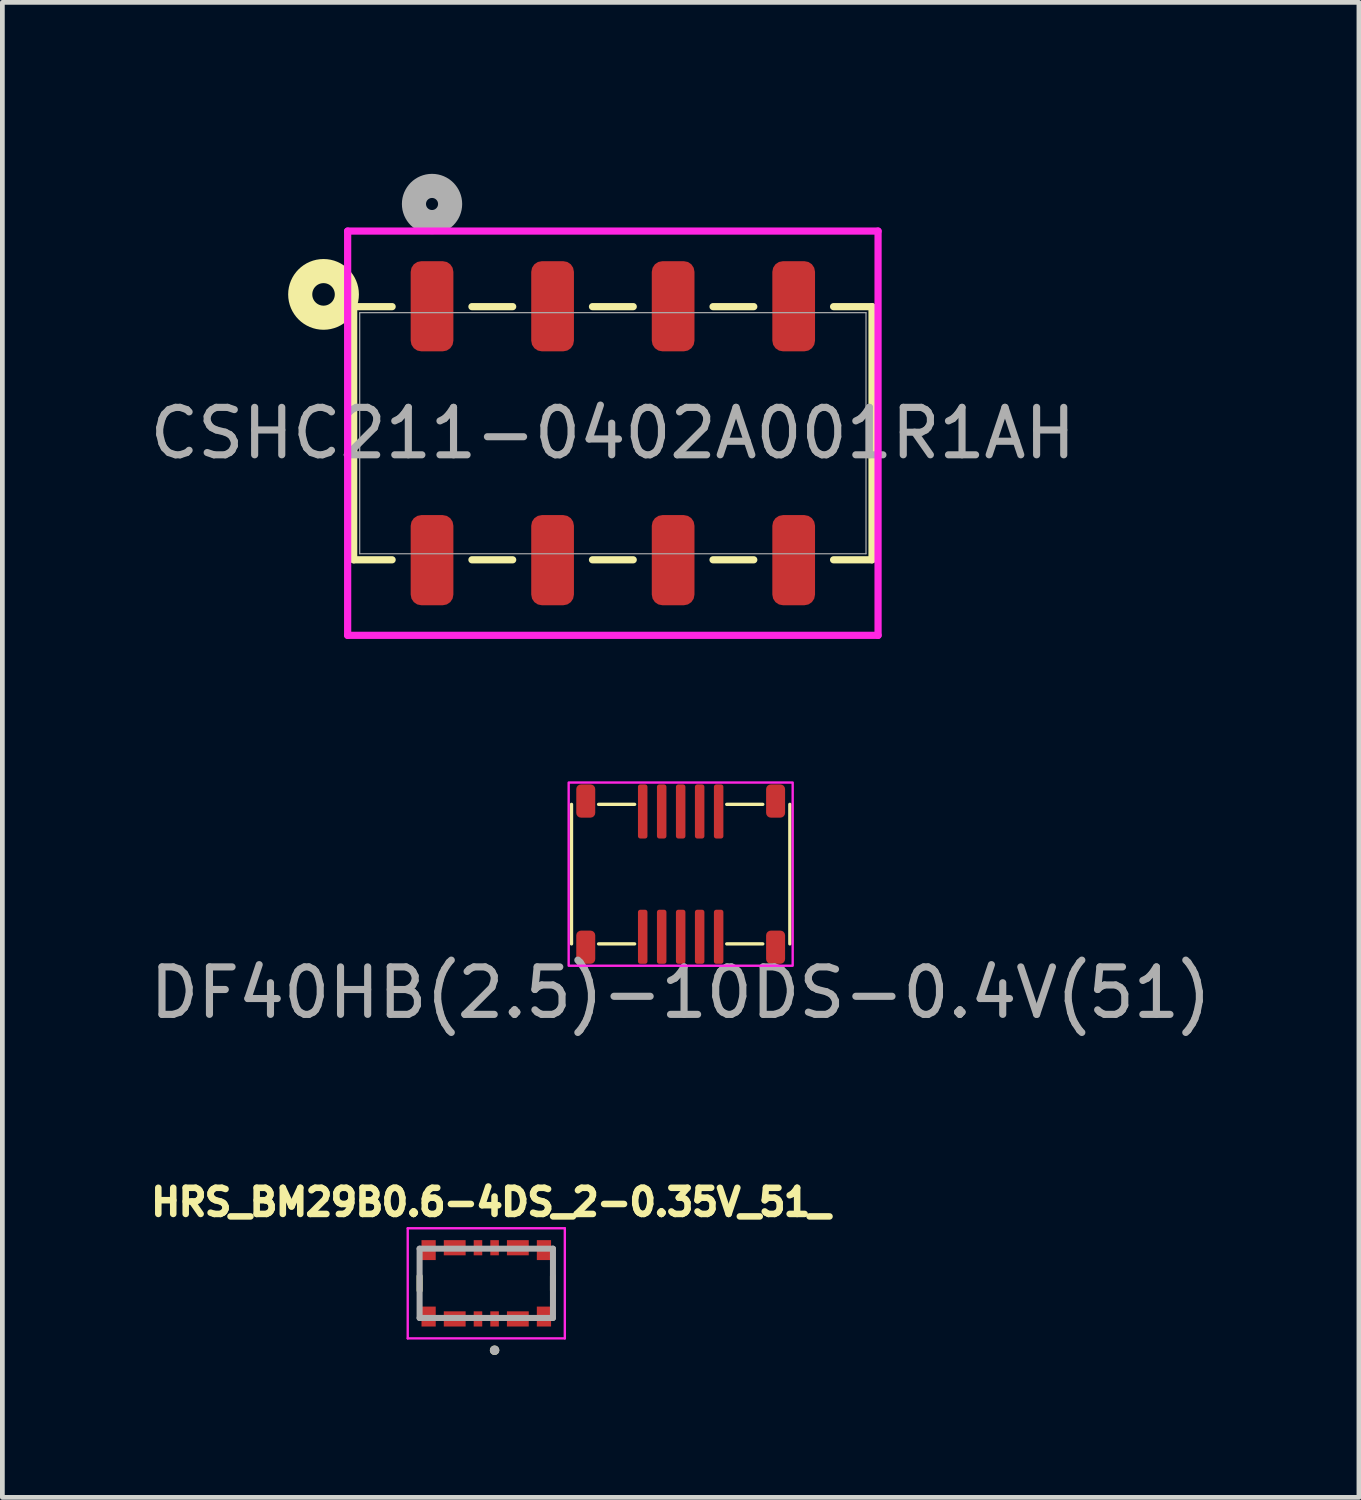
<source format=kicad_pcb>
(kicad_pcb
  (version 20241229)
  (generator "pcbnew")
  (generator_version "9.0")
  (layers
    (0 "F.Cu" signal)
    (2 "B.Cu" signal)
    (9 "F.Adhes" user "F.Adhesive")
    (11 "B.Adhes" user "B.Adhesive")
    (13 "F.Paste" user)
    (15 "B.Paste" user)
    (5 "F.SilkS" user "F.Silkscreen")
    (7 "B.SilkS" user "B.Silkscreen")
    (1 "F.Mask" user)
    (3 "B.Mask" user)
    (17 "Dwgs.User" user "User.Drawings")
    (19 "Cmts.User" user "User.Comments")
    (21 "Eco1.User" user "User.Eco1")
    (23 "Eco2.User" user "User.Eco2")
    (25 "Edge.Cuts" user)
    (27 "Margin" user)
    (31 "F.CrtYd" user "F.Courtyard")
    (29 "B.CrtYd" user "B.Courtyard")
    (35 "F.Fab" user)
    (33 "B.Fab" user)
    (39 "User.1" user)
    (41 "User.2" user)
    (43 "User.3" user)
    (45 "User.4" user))
  (footprint "HRS_BM29B0.6-4DS_2-0.35V_51_"
    (layer "F.Cu")
    (at 7.196 23.99)
    (property "Reference" "HRS_BM29B0.6-4DS_2-0.35V_51_" (at 0.095 -1.71 0) (layer "F.SilkS") (effects (font (size 0.551 0.551) (thickness 0.138))))
    (attr smd)
    (fp_poly (pts (xy -0.945 -0.96) (xy -0.385 -0.96) (xy -0.385 -0.54) (xy -0.945 -0.54)) (stroke (width 0.01) (type solid)) (fill yes) (layer "F.Mask"))
    (fp_poly (pts (xy -0.945 0.54) (xy -0.385 0.54) (xy -0.385 0.96) (xy -0.945 0.96)) (stroke (width 0.01) (type solid)) (fill yes) (layer "F.Mask"))
    (fp_poly (pts (xy -0.315 -0.96) (xy -0.035 -0.96) (xy -0.035 -0.54) (xy -0.315 -0.54)) (stroke (width 0.01) (type solid)) (fill yes) (layer "F.Mask"))
    (fp_poly (pts (xy -0.315 0.54) (xy -0.035 0.54) (xy -0.035 0.96) (xy -0.315 0.96)) (stroke (width 0.01) (type solid)) (fill yes) (layer "F.Mask"))
    (fp_poly (pts (xy 0.035 -0.96) (xy 0.315 -0.96) (xy 0.315 -0.54) (xy 0.035 -0.54)) (stroke (width 0.01) (type solid)) (fill yes) (layer "F.Mask"))
    (fp_poly (pts (xy 0.035 0.54) (xy 0.315 0.54) (xy 0.315 0.96) (xy 0.035 0.96)) (stroke (width 0.01) (type solid)) (fill yes) (layer "F.Mask"))
    (fp_poly (pts (xy 0.385 -0.96) (xy 0.945 -0.96) (xy 0.945 -0.54) (xy 0.385 -0.54)) (stroke (width 0.01) (type solid)) (fill yes) (layer "F.Mask"))
    (fp_poly (pts (xy 0.385 0.54) (xy 0.945 0.54) (xy 0.945 0.96) (xy 0.385 0.96)) (stroke (width 0.01) (type solid)) (fill yes) (layer "F.Mask"))
    (fp_line (start -1.405 -0.15) (end -1.405 0.15) (stroke (width 0.127) (type solid)) (layer "F.SilkS"))
    (fp_line (start 1.405 -0.15) (end 1.405 0.15) (stroke (width 0.127) (type solid)) (layer "F.SilkS"))
    (fp_circle (center 0.175 1.41) (end 0.225 1.41) (stroke (width 0.1) (type solid)) (fill no) (layer "F.SilkS"))
    (fp_line (start -1.655 -1.16) (end -1.655 1.16) (stroke (width 0.05) (type solid)) (layer "F.CrtYd"))
    (fp_line (start -1.655 1.16) (end 1.655 1.16) (stroke (width 0.05) (type solid)) (layer "F.CrtYd"))
    (fp_line (start 1.655 -1.16) (end -1.655 -1.16) (stroke (width 0.05) (type solid)) (layer "F.CrtYd"))
    (fp_line (start 1.655 1.16) (end 1.655 -1.16) (stroke (width 0.05) (type solid)) (layer "F.CrtYd"))
    (fp_line (start -1.405 -0.73) (end -1.405 0.73) (stroke (width 0.127) (type solid)) (layer "F.Fab"))
    (fp_line (start -1.405 0.73) (end 1.405 0.73) (stroke (width 0.127) (type solid)) (layer "F.Fab"))
    (fp_line (start 1.405 -0.73) (end -1.405 -0.73) (stroke (width 0.127) (type solid)) (layer "F.Fab"))
    (fp_line (start 1.405 0.73) (end 1.405 -0.73) (stroke (width 0.127) (type solid)) (layer "F.Fab"))
    (fp_circle (center 0.175 1.41) (end 0.225 1.41) (stroke (width 0.1) (type solid)) (fill no) (layer "F.Fab"))
    (pad "1" smd rect (at 0.175 0.75) (size 0.18 0.32) (layers "F.Cu" "F.Paste"))
    (pad "2" smd rect (at 0.175 -0.75) (size 0.18 0.32) (layers "F.Cu" "F.Paste"))
    (pad "3" smd rect (at -0.175 0.75) (size 0.18 0.32) (layers "F.Cu" "F.Paste"))
    (pad "4" smd rect (at -0.175 -0.75) (size 0.18 0.32) (layers "F.Cu" "F.Paste"))
    (pad "P1_1" smd rect (at 0.665 0.75) (size 0.46 0.32) (layers "F.Cu" "F.Paste"))
    (pad "P1_2" smd rect (at 0.665 -0.75) (size 0.46 0.32) (layers "F.Cu" "F.Paste"))
    (pad "P1_3" smd rect (at 1.215 0.7) (size 0.3 0.42) (layers "F.Cu" "F.Mask" "F.Paste"))
    (pad "P1_4" smd rect (at 1.215 -0.7) (size 0.3 0.42) (layers "F.Cu" "F.Mask" "F.Paste"))
    (pad "P2_1" smd rect (at -0.665 0.75) (size 0.46 0.32) (layers "F.Cu" "F.Paste"))
    (pad "P2_2" smd rect (at -0.665 -0.75) (size 0.46 0.32) (layers "F.Cu" "F.Paste"))
    (pad "P2_3" smd rect (at -1.215 0.7) (size 0.3 0.42) (layers "F.Cu" "F.Mask" "F.Paste"))
    (pad "P2_4" smd rect (at -1.215 -0.7) (size 0.3 0.42) (layers "F.Cu" "F.Mask" "F.Paste"))
    (zone (net_name "") (layer "F.Cu") (hatch full 0.508) (connect_pads) (min_thickness 0.01) (filled_areas_thickness no) (keepout (tracks not_allowed) (vias not_allowed) (pads not_allowed) (copperpour not_allowed) (footprints allowed)) (placement (enabled no)) (fill) (polygon (pts (xy 6.301 23.4) (xy 8.091 23.4) (xy 8.091 24.58) (xy 6.301 24.58))))
    (zone (net_name "") (layers "F.Cu" "B.Cu") (hatch full 0.508) (connect_pads) (min_thickness 0.01) (filled_areas_thickness no) (keepout (tracks allowed) (vias not_allowed) (pads allowed) (copperpour allowed) (footprints allowed)) (placement (enabled no)) (fill) (polygon (pts (xy 6.301 23.4) (xy 8.091 23.4) (xy 8.091 24.58) (xy 6.301 24.58)))))
  (footprint "CSHC211-0402A001R1AH"
    (layer "F.Cu")
    (at 9.863 6.078)
    (property "Reference" "CSHC211-0402A001R1AH" (at 0 -5.23 0) (unlocked yes) (layer "User.2") (effects (font (size 1 1) (thickness 0.15))))
    (attr smd)
    (fp_line (start -5.461 -2.667) (end -5.461 2.667) (stroke (width 0.152) (type solid)) (layer "F.SilkS"))
    (fp_line (start -5.461 2.667) (end -4.651 2.667) (stroke (width 0.152) (type solid)) (layer "F.SilkS"))
    (fp_line (start -4.651 -2.667) (end -5.461 -2.667) (stroke (width 0.152) (type solid)) (layer "F.SilkS"))
    (fp_line (start -2.969 2.667) (end -2.111 2.667) (stroke (width 0.152) (type solid)) (layer "F.SilkS"))
    (fp_line (start -2.111 -2.667) (end -2.969 -2.667) (stroke (width 0.152) (type solid)) (layer "F.SilkS"))
    (fp_line (start -0.429 2.667) (end 0.429 2.667) (stroke (width 0.152) (type solid)) (layer "F.SilkS"))
    (fp_line (start 0.429 -2.667) (end -0.429 -2.667) (stroke (width 0.152) (type solid)) (layer "F.SilkS"))
    (fp_line (start 2.111 2.667) (end 2.969 2.667) (stroke (width 0.152) (type solid)) (layer "F.SilkS"))
    (fp_line (start 2.969 -2.667) (end 2.111 -2.667) (stroke (width 0.152) (type solid)) (layer "F.SilkS"))
    (fp_line (start 4.651 2.667) (end 5.461 2.667) (stroke (width 0.152) (type solid)) (layer "F.SilkS"))
    (fp_line (start 5.461 -2.667) (end 4.651 -2.667) (stroke (width 0.152) (type solid)) (layer "F.SilkS"))
    (fp_line (start 5.461 2.667) (end 5.461 -2.667) (stroke (width 0.152) (type solid)) (layer "F.SilkS"))
    (fp_circle (center -6.096 -2.925) (end -5.86 -2.9) (stroke (width 0.508) (type solid)) (fill no) (layer "F.SilkS"))
    (fp_line (start -5.588 -4.259) (end -5.588 4.259) (stroke (width 0.152) (type solid)) (layer "F.CrtYd"))
    (fp_line (start -5.588 4.259) (end 5.588 4.259) (stroke (width 0.152) (type solid)) (layer "F.CrtYd"))
    (fp_line (start 5.588 -4.259) (end -5.588 -4.259) (stroke (width 0.152) (type solid)) (layer "F.CrtYd"))
    (fp_line (start 5.588 4.259) (end 5.588 -4.259) (stroke (width 0.152) (type solid)) (layer "F.CrtYd"))
    (fp_line (start -5.334 -2.54) (end -5.334 2.54) (stroke (width 0.025) (type solid)) (layer "F.Fab"))
    (fp_line (start -5.334 2.54) (end 5.334 2.54) (stroke (width 0.025) (type solid)) (layer "F.Fab"))
    (fp_line (start 5.334 -2.54) (end -5.334 -2.54) (stroke (width 0.025) (type solid)) (layer "F.Fab"))
    (fp_line (start 5.334 2.54) (end 5.334 -2.54) (stroke (width 0.025) (type solid)) (layer "F.Fab"))
    (fp_circle (center -3.81 -4.83) (end -3.429 -4.83) (stroke (width 0.508) (type solid)) (fill no) (layer "F.Fab"))
    (fp_text user "${REFERENCE}" (at 0 0 0) (unlocked yes) (layer "F.Fab") (effects (font (size 1 1) (thickness 0.15))))
    (pad "1" smd roundrect (at -3.81 -2.675) (size 0.9 1.9) (layers "F.Cu" "F.Mask" "F.Paste") (roundrect_rratio 0.25))
    (pad "2" smd roundrect (at -3.81 2.675) (size 0.9 1.9) (layers "F.Cu" "F.Mask" "F.Paste") (roundrect_rratio 0.25))
    (pad "3" smd roundrect (at -1.27 -2.675) (size 0.9 1.9) (layers "F.Cu" "F.Mask" "F.Paste") (roundrect_rratio 0.25))
    (pad "4" smd roundrect (at -1.27 2.675) (size 0.9 1.9) (layers "F.Cu" "F.Mask" "F.Paste") (roundrect_rratio 0.25))
    (pad "5" smd roundrect (at 1.27 -2.675) (size 0.9 1.9) (layers "F.Cu" "F.Mask" "F.Paste") (roundrect_rratio 0.25))
    (pad "6" smd roundrect (at 1.27 2.675) (size 0.9 1.9) (layers "F.Cu" "F.Mask" "F.Paste") (roundrect_rratio 0.25))
    (pad "7" smd roundrect (at 3.81 -2.675) (size 0.9 1.9) (layers "F.Cu" "F.Mask" "F.Paste") (roundrect_rratio 0.25))
    (pad "8" smd roundrect (at 3.81 2.675) (size 0.9 1.9) (layers "F.Cu" "F.Mask" "F.Paste") (roundrect_rratio 0.25)))
  (footprint "DF40HB(2.5)-10DS-0.4V(51)"
    (layer "F.Cu")
    (at 11.292 15.368)
    (property "Reference" "DF40HB(2.5)-10DS-0.4V(51)" (at 0 -0.5 0) (unlocked yes) (layer "User.2") (effects (font (size 1 1) (thickness 0.15))))
    (attr smd)
    (fp_line (start -2.3 -1.47) (end -2.3 1.47) (stroke (width 0.07) (type default)) (layer "F.SilkS"))
    (fp_line (start -1.73 -1.47) (end -0.97 -1.47) (stroke (width 0.07) (type default)) (layer "F.SilkS"))
    (fp_line (start -1.73 1.47) (end -0.97 1.47) (stroke (width 0.07) (type default)) (layer "F.SilkS"))
    (fp_line (start 0.97 -1.47) (end 1.73 -1.47) (stroke (width 0.07) (type default)) (layer "F.SilkS"))
    (fp_line (start 0.97 1.47) (end 1.73 1.47) (stroke (width 0.07) (type default)) (layer "F.SilkS"))
    (fp_line (start 2.3 -1.47) (end 2.3 1.47) (stroke (width 0.07) (type default)) (layer "F.SilkS"))
    (fp_rect (start -2.36 -1.93) (end 2.36 1.93) (stroke (width 0.05) (type default)) (fill no) (layer "F.CrtYd"))
    (fp_text user "${REFERENCE}" (at 0 2.5 0) (unlocked yes) (layer "F.Fab") (effects (font (size 1 1) (thickness 0.15))))
    (pad "1" smd roundrect (at -0.8 -1.32) (size 0.2 1.14) (layers "F.Cu" "F.Mask" "F.Paste") (roundrect_rratio 0.25))
    (pad "2" smd roundrect (at -0.8 1.32) (size 0.2 1.14) (layers "F.Cu" "F.Mask" "F.Paste") (roundrect_rratio 0.25))
    (pad "3" smd roundrect (at -0.4 -1.32) (size 0.2 1.14) (layers "F.Cu" "F.Mask" "F.Paste") (roundrect_rratio 0.25))
    (pad "4" smd roundrect (at -0.4 1.32) (size 0.2 1.14) (layers "F.Cu" "F.Mask" "F.Paste") (roundrect_rratio 0.25))
    (pad "5" smd roundrect (at 0 -1.32) (size 0.2 1.14) (layers "F.Cu" "F.Mask" "F.Paste") (roundrect_rratio 0.25))
    (pad "6" smd roundrect (at 0 1.32) (size 0.2 1.14) (layers "F.Cu" "F.Mask" "F.Paste") (roundrect_rratio 0.25))
    (pad "7" smd roundrect (at 0.4 -1.32) (size 0.2 1.14) (layers "F.Cu" "F.Mask" "F.Paste") (roundrect_rratio 0.25))
    (pad "8" smd roundrect (at 0.4 1.32) (size 0.2 1.14) (layers "F.Cu" "F.Mask" "F.Paste") (roundrect_rratio 0.25))
    (pad "9" smd roundrect (at 0.8 -1.32) (size 0.2 1.14) (layers "F.Cu" "F.Mask" "F.Paste") (roundrect_rratio 0.25))
    (pad "10" smd roundrect (at 0.8 1.32) (size 0.2 1.14) (layers "F.Cu" "F.Mask" "F.Paste") (roundrect_rratio 0.25))
    (pad "SH" smd roundrect (at -2 -1.54) (size 0.4 0.7) (layers "F.Cu" "F.Mask" "F.Paste") (roundrect_rratio 0.25))
    (pad "SH" smd roundrect (at -2 1.54) (size 0.4 0.7) (layers "F.Cu" "F.Mask" "F.Paste") (roundrect_rratio 0.25))
    (pad "SH" smd roundrect (at 2 -1.54) (size 0.4 0.7) (layers "F.Cu" "F.Mask" "F.Paste") (roundrect_rratio 0.25))
    (pad "SH" smd roundrect (at 2 1.54) (size 0.4 0.7) (layers "F.Cu" "F.Mask" "F.Paste") (roundrect_rratio 0.25)))
  (gr_rect
    (start -3 -3)
    (end 25.583 28.5)
    (stroke (width 0.1) (type default))
    (fill no)
    (layer "Edge.Cuts")))
</source>
